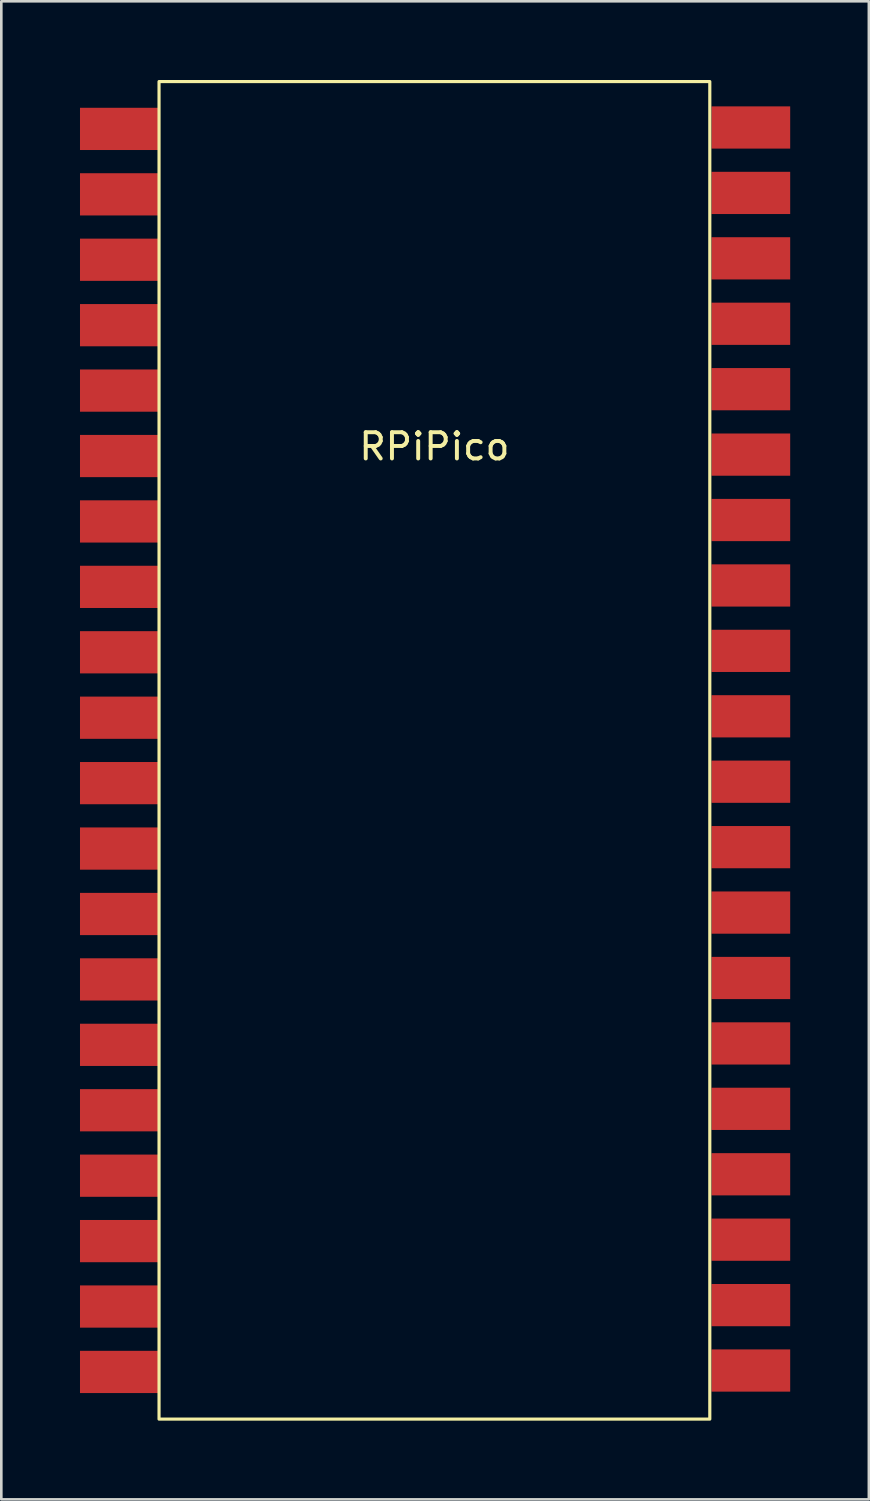
<source format=kicad_pcb>
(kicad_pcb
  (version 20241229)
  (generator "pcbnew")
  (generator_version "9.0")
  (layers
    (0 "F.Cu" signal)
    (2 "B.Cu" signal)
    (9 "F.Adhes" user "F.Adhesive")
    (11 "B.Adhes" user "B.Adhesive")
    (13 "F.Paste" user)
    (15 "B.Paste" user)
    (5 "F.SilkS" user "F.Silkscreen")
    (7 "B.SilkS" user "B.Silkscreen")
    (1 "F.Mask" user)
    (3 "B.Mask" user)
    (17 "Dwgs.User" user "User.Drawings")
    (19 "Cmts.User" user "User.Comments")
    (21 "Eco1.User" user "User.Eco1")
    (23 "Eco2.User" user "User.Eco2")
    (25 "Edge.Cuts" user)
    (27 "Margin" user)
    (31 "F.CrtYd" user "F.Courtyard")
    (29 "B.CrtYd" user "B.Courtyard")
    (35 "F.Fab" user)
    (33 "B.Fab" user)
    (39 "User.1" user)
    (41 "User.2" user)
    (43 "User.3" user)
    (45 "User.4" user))
  (footprint "RPiPico"
    (layer "F.Cu")
    (at 13.514 25.56)
    (property "Reference" "RPiPico" (at 0 -11.584 0) (unlocked yes) (layer "F.SilkS") (effects (font (size 1 1) (thickness 0.15))))
    (attr smd)
    (fp_rect (start -10.5 -25.5) (end 10.5 25.5) (stroke (width 0.12) (type solid)) (fill no) (layer "F.SilkS"))
    (pad "1" smd rect (at -12.014 -23.695) (size 3 1.61) (layers "F.Cu" "F.Mask" "F.Paste"))
    (pad "2" smd rect (at -12.014 -21.2) (size 3 1.61) (layers "F.Cu" "F.Mask" "F.Paste"))
    (pad "3" smd rect (at -12.014 -18.706) (size 3 1.61) (layers "F.Cu" "F.Mask" "F.Paste"))
    (pad "4" smd rect (at -12.014 -16.211) (size 3 1.61) (layers "F.Cu" "F.Mask" "F.Paste"))
    (pad "5" smd rect (at -12.014 -13.717) (size 3 1.61) (layers "F.Cu" "F.Mask" "F.Paste"))
    (pad "6" smd rect (at -12.014 -11.222) (size 3 1.61) (layers "F.Cu" "F.Mask" "F.Paste"))
    (pad "7" smd rect (at -12.014 -8.728) (size 3 1.61) (layers "F.Cu" "F.Mask" "F.Paste"))
    (pad "8" smd rect (at -12.014 -6.233) (size 3 1.61) (layers "F.Cu" "F.Mask" "F.Paste"))
    (pad "9" smd rect (at -12.014 -3.739) (size 3 1.61) (layers "F.Cu" "F.Mask" "F.Paste"))
    (pad "10" smd rect (at -12.014 -1.244) (size 3 1.61) (layers "F.Cu" "F.Mask" "F.Paste"))
    (pad "11" smd rect (at -12.014 1.25) (size 3 1.61) (layers "F.Cu" "F.Mask" "F.Paste"))
    (pad "12" smd rect (at -12.014 3.745) (size 3 1.61) (layers "F.Cu" "F.Mask" "F.Paste"))
    (pad "13" smd rect (at -12.014 6.24) (size 3 1.61) (layers "F.Cu" "F.Mask" "F.Paste"))
    (pad "14" smd rect (at -12.014 8.734) (size 3 1.61) (layers "F.Cu" "F.Mask" "F.Paste"))
    (pad "15" smd rect (at -12.014 11.229) (size 3 1.61) (layers "F.Cu" "F.Mask" "F.Paste"))
    (pad "16" smd rect (at -12.014 13.723) (size 3 1.61) (layers "F.Cu" "F.Mask" "F.Paste"))
    (pad "17" smd rect (at -12.014 16.218) (size 3 1.61) (layers "F.Cu" "F.Mask" "F.Paste"))
    (pad "18" smd rect (at -12.014 18.712) (size 3 1.61) (layers "F.Cu" "F.Mask" "F.Paste"))
    (pad "19" smd rect (at -12.014 21.207) (size 3 1.61) (layers "F.Cu" "F.Mask" "F.Paste"))
    (pad "20" smd rect (at -12.014 23.701) (size 3 1.61) (layers "F.Cu" "F.Mask" "F.Paste"))
    (pad "21" smd rect (at 12.065 23.647) (size 3 1.61) (layers "F.Cu" "F.Mask" "F.Paste"))
    (pad "22" smd rect (at 12.065 21.153) (size 3 1.61) (layers "F.Cu" "F.Mask" "F.Paste"))
    (pad "23" smd rect (at 12.065 18.658) (size 3 1.61) (layers "F.Cu" "F.Mask" "F.Paste"))
    (pad "24" smd rect (at 12.065 16.164) (size 3 1.61) (layers "F.Cu" "F.Mask" "F.Paste"))
    (pad "25" smd rect (at 12.065 13.669) (size 3 1.61) (layers "F.Cu" "F.Mask" "F.Paste"))
    (pad "26" smd rect (at 12.065 11.175) (size 3 1.61) (layers "F.Cu" "F.Mask" "F.Paste"))
    (pad "27" smd rect (at 12.065 8.68) (size 3 1.61) (layers "F.Cu" "F.Mask" "F.Paste"))
    (pad "28" smd rect (at 12.065 6.186) (size 3 1.61) (layers "F.Cu" "F.Mask" "F.Paste"))
    (pad "29" smd rect (at 12.065 3.691) (size 3 1.61) (layers "F.Cu" "F.Mask" "F.Paste"))
    (pad "30" smd rect (at 12.065 1.196) (size 3 1.61) (layers "F.Cu" "F.Mask" "F.Paste"))
    (pad "31" smd rect (at 12.065 -1.298) (size 3 1.61) (layers "F.Cu" "F.Mask" "F.Paste"))
    (pad "32" smd rect (at 12.065 -3.793) (size 3 1.61) (layers "F.Cu" "F.Mask" "F.Paste"))
    (pad "33" smd rect (at 12.065 -6.287) (size 3 1.61) (layers "F.Cu" "F.Mask" "F.Paste"))
    (pad "34" smd rect (at 12.065 -8.782) (size 3 1.61) (layers "F.Cu" "F.Mask" "F.Paste"))
    (pad "35" smd rect (at 12.065 -11.276) (size 3 1.61) (layers "F.Cu" "F.Mask" "F.Paste"))
    (pad "36" smd rect (at 12.065 -13.771) (size 3 1.61) (layers "F.Cu" "F.Mask" "F.Paste"))
    (pad "37" smd rect (at 12.065 -16.265) (size 3 1.61) (layers "F.Cu" "F.Mask" "F.Paste"))
    (pad "38" smd rect (at 12.065 -18.76) (size 3 1.61) (layers "F.Cu" "F.Mask" "F.Paste"))
    (pad "39" smd rect (at 12.065 -21.254) (size 3 1.61) (layers "F.Cu" "F.Mask" "F.Paste"))
    (pad "40" smd rect (at 12.065 -23.749) (size 3 1.61) (layers "F.Cu" "F.Mask" "F.Paste")))
  (gr_rect
    (start -3 -3)
    (end 30.079 54.12)
    (stroke (width 0.1) (type default))
    (fill no)
    (layer "Edge.Cuts")))
</source>
